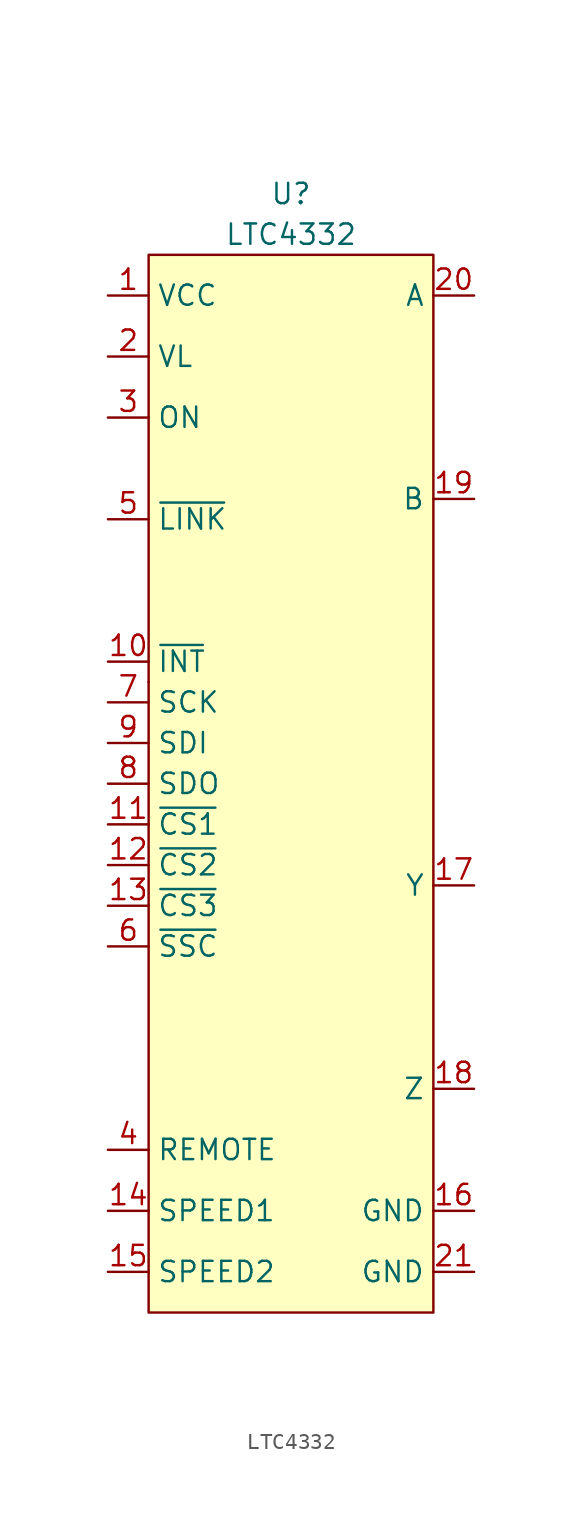
<source format=kicad_sym>
(kicad_symbol_lib
  (version 20220914)
  (generator kicad_symbol_editor)
  (symbol "LTC4332"
    (property "Reference" "U"
      (at 0 35.56 0)
      (effects (font (size 1.27 1.27))))
    (property "Value" "LTC4332"
      (at 0 33.02 0)
      (effects (font (size 1.27 1.27))))
    (symbol "LTC4332_0_1"
      (rectangle (start -8.89 5.08) (end -8.89 5.08) (stroke (width 0) (type default)) (fill (type none)))
      (rectangle (start -8.89 31.75) (end 8.89 -34.29) (stroke (width 0) (type default)) (fill (type background))))
    (symbol "LTC4332_1_1"
      (pin power_in line (at -11.43 29.21 0) (length 2.54) (name "VCC" (effects (font (size 1.27 1.27)))) (number "1" (effects (font (size 1.27 1.27)))))
      (pin bidirectional line (at -11.43 6.35 0) (length 2.54) (name "~{INT}" (effects (font (size 1.27 1.27)))) (number "10" (effects (font (size 1.27 1.27)))))
      (pin bidirectional line (at -11.43 -3.81 0) (length 2.54) (name "~{CS1}" (effects (font (size 1.27 1.27)))) (number "11" (effects (font (size 1.27 1.27)))))
      (pin bidirectional line (at -11.43 -6.35 0) (length 2.54) (name "~{CS2}" (effects (font (size 1.27 1.27)))) (number "12" (effects (font (size 1.27 1.27)))))
      (pin bidirectional line (at -11.43 -8.89 0) (length 2.54) (name "~{CS3}" (effects (font (size 1.27 1.27)))) (number "13" (effects (font (size 1.27 1.27)))))
      (pin input line (at -11.43 -27.94 0) (length 2.54) (name "SPEED1" (effects (font (size 1.27 1.27)))) (number "14" (effects (font (size 1.27 1.27)))))
      (pin input line (at -11.43 -31.75 0) (length 2.54) (name "SPEED2" (effects (font (size 1.27 1.27)))) (number "15" (effects (font (size 1.27 1.27)))))
      (pin power_in line (at 11.43 -27.94 180) (length 2.54) (name "GND" (effects (font (size 1.27 1.27)))) (number "16" (effects (font (size 1.27 1.27)))))
      (pin output line (at 11.43 -7.62 180) (length 2.54) (name "Y" (effects (font (size 1.27 1.27)))) (number "17" (effects (font (size 1.27 1.27)))))
      (pin output line (at 11.43 -20.32 180) (length 2.54) (name "Z" (effects (font (size 1.27 1.27)))) (number "18" (effects (font (size 1.27 1.27)))))
      (pin input line (at 11.43 16.51 180) (length 2.54) (name "B" (effects (font (size 1.27 1.27)))) (number "19" (effects (font (size 1.27 1.27)))))
      (pin input line (at -11.43 25.4 0) (length 2.54) (name "VL" (effects (font (size 1.27 1.27)))) (number "2" (effects (font (size 1.27 1.27)))))
      (pin input line (at 11.43 29.21 180) (length 2.54) (name "A" (effects (font (size 1.27 1.27)))) (number "20" (effects (font (size 1.27 1.27)))))
      (pin power_in line (at 11.43 -31.75 180) (length 2.54) (name "GND" (effects (font (size 1.27 1.27)))) (number "21" (effects (font (size 1.27 1.27)))))
      (pin input line (at -11.43 21.59 0) (length 2.54) (name "ON" (effects (font (size 1.27 1.27)))) (number "3" (effects (font (size 1.27 1.27)))))
      (pin input line (at -11.43 -24.13 0) (length 2.54) (name "REMOTE" (effects (font (size 1.27 1.27)))) (number "4" (effects (font (size 1.27 1.27)))))
      (pin input line (at -11.43 15.24 0) (length 2.54) (name "~{LINK}" (effects (font (size 1.27 1.27)))) (number "5" (effects (font (size 1.27 1.27)))))
      (pin input line (at -11.43 -11.43 0) (length 2.54) (name "~{SSC}" (effects (font (size 1.27 1.27)))) (number "6" (effects (font (size 1.27 1.27)))))
      (pin bidirectional line (at -11.43 3.81 0) (length 2.54) (name "SCK" (effects (font (size 1.27 1.27)))) (number "7" (effects (font (size 1.27 1.27)))))
      (pin bidirectional line (at -11.43 -1.27 0) (length 2.54) (name "SDO" (effects (font (size 1.27 1.27)))) (number "8" (effects (font (size 1.27 1.27)))))
      (pin bidirectional line (at -11.43 1.27 0) (length 2.54) (name "SDI" (effects (font (size 1.27 1.27)))) (number "9" (effects (font (size 1.27 1.27))))))))
</source>
